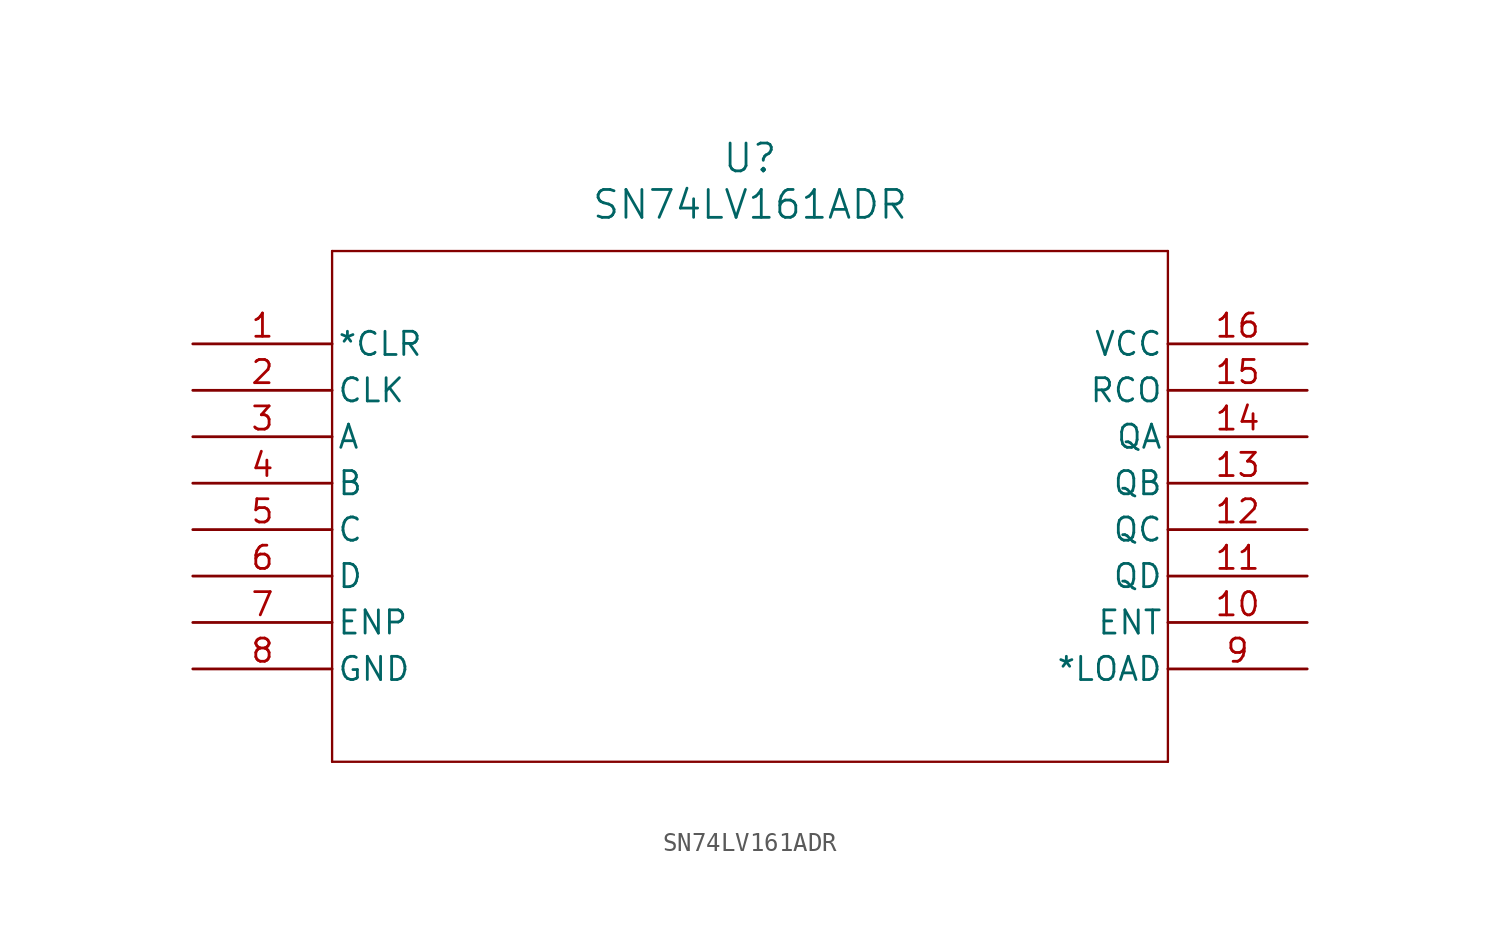
<source format=kicad_sym>
(kicad_symbol_lib
  (version 20211014)
  (generator kicad_symbol_editor)
  (symbol "SN74LV161ADR"
    (pin_names
      (offset 0.254))
    (property "Reference" "U"
      (at 30.48 10.16 0)
      (effects (font (size 1.524 1.524))))
    (property "Value" "SN74LV161ADR"
      (at 30.48 7.62 0)
      (effects (font (size 1.524 1.524))))
    (symbol "SN74LV161ADR_0_1"
      (polyline (pts (xy 7.62 5.08) (xy 7.62 -22.86)) (stroke (width 0.127) (type default) (color 0 0 0 0)) (fill (type none)))
      (polyline (pts (xy 7.62 -22.86) (xy 53.34 -22.86)) (stroke (width 0.127) (type default) (color 0 0 0 0)) (fill (type none)))
      (polyline (pts (xy 53.34 -22.86) (xy 53.34 5.08)) (stroke (width 0.127) (type default) (color 0 0 0 0)) (fill (type none)))
      (polyline (pts (xy 53.34 5.08) (xy 7.62 5.08)) (stroke (width 0.127) (type default) (color 0 0 0 0)) (fill (type none)))
      (pin input line (at 0 0 0) (length 7.62) (name "*CLR" (effects (font (size 1.27 1.27)))) (number "1" (effects (font (size 1.27 1.27)))))
      (pin input line (at 0 -2.54 0) (length 7.62) (name "CLK" (effects (font (size 1.27 1.27)))) (number "2" (effects (font (size 1.27 1.27)))))
      (pin input line (at 0 -5.08 0) (length 7.62) (name "A" (effects (font (size 1.27 1.27)))) (number "3" (effects (font (size 1.27 1.27)))))
      (pin input line (at 0 -7.62 0) (length 7.62) (name "B" (effects (font (size 1.27 1.27)))) (number "4" (effects (font (size 1.27 1.27)))))
      (pin input line (at 0 -10.16 0) (length 7.62) (name "C" (effects (font (size 1.27 1.27)))) (number "5" (effects (font (size 1.27 1.27)))))
      (pin input line (at 0 -12.7 0) (length 7.62) (name "D" (effects (font (size 1.27 1.27)))) (number "6" (effects (font (size 1.27 1.27)))))
      (pin input line (at 0 -15.24 0) (length 7.62) (name "ENP" (effects (font (size 1.27 1.27)))) (number "7" (effects (font (size 1.27 1.27)))))
      (pin power_in line (at 0 -17.78 0) (length 7.62) (name "GND" (effects (font (size 1.27 1.27)))) (number "8" (effects (font (size 1.27 1.27)))))
      (pin input line (at 60.96 -17.78 180) (length 7.62) (name "*LOAD" (effects (font (size 1.27 1.27)))) (number "9" (effects (font (size 1.27 1.27)))))
      (pin input line (at 60.96 -15.24 180) (length 7.62) (name "ENT" (effects (font (size 1.27 1.27)))) (number "10" (effects (font (size 1.27 1.27)))))
      (pin output line (at 60.96 -12.7 180) (length 7.62) (name "QD" (effects (font (size 1.27 1.27)))) (number "11" (effects (font (size 1.27 1.27)))))
      (pin output line (at 60.96 -10.16 180) (length 7.62) (name "QC" (effects (font (size 1.27 1.27)))) (number "12" (effects (font (size 1.27 1.27)))))
      (pin output line (at 60.96 -7.62 180) (length 7.62) (name "QB" (effects (font (size 1.27 1.27)))) (number "13" (effects (font (size 1.27 1.27)))))
      (pin output line (at 60.96 -5.08 180) (length 7.62) (name "QA" (effects (font (size 1.27 1.27)))) (number "14" (effects (font (size 1.27 1.27)))))
      (pin output line (at 60.96 -2.54 180) (length 7.62) (name "RCO" (effects (font (size 1.27 1.27)))) (number "15" (effects (font (size 1.27 1.27)))))
      (pin power_in line (at 60.96 0 180) (length 7.62) (name "VCC" (effects (font (size 1.27 1.27)))) (number "16" (effects (font (size 1.27 1.27))))))))
</source>
